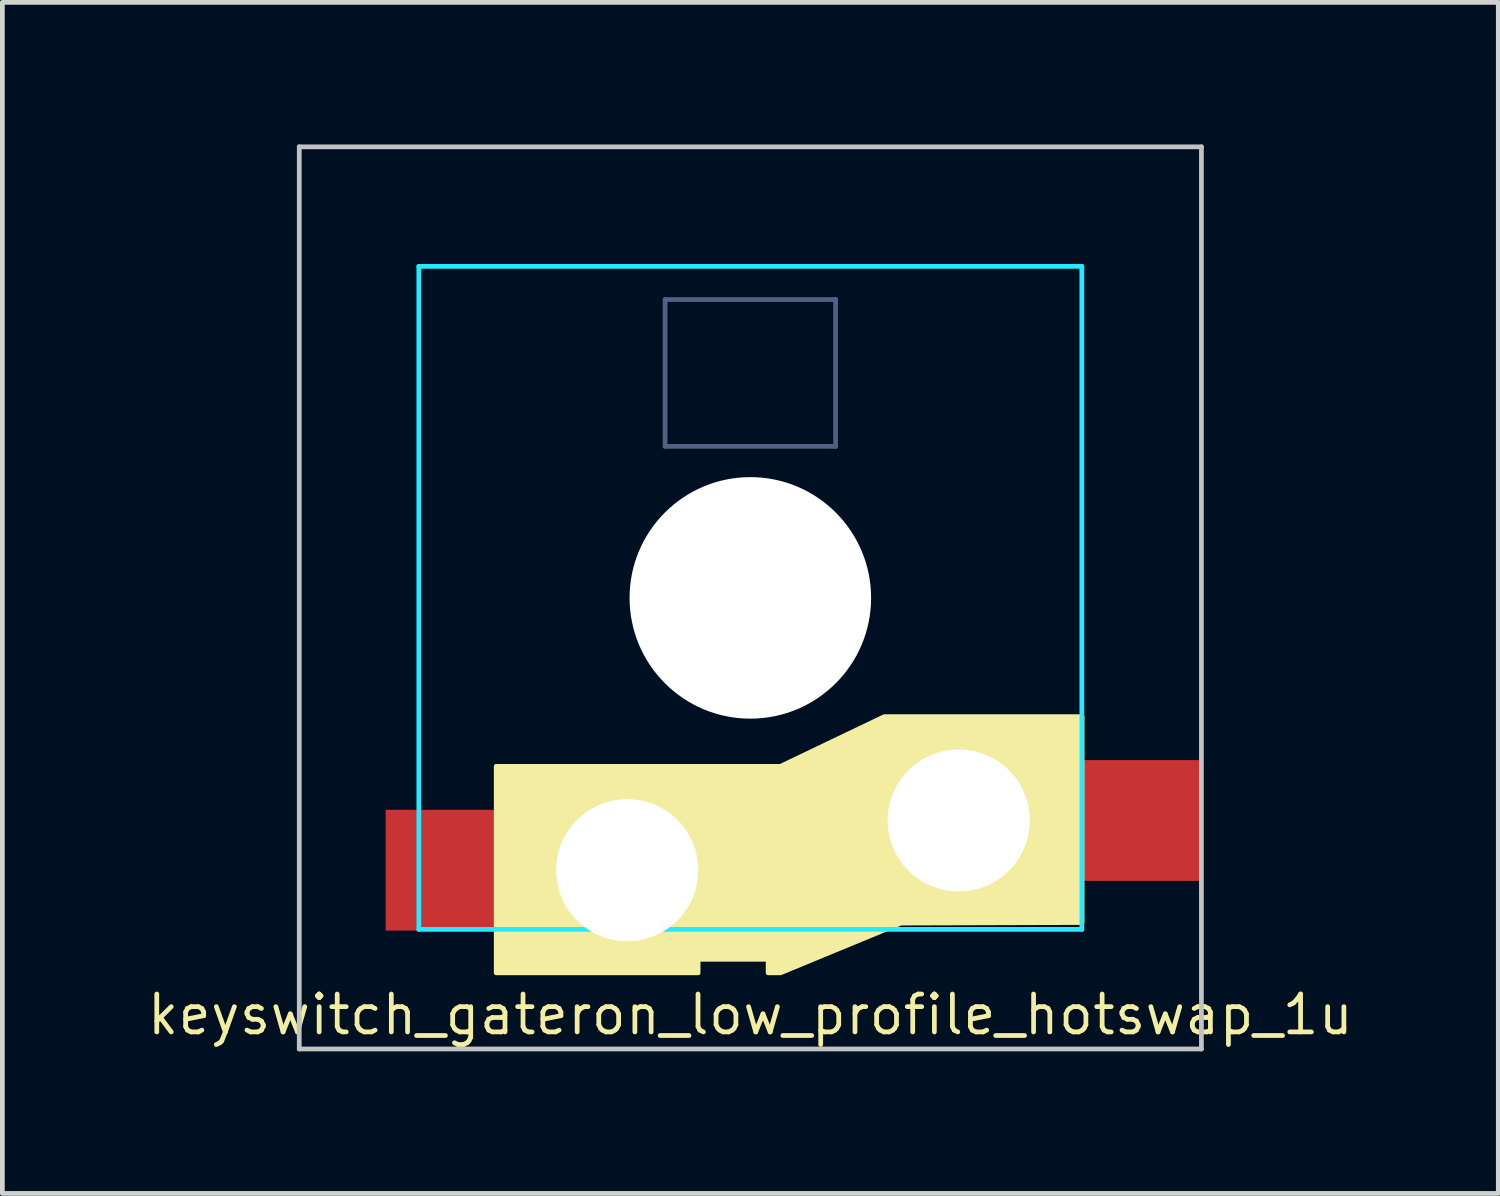
<source format=kicad_pcb>
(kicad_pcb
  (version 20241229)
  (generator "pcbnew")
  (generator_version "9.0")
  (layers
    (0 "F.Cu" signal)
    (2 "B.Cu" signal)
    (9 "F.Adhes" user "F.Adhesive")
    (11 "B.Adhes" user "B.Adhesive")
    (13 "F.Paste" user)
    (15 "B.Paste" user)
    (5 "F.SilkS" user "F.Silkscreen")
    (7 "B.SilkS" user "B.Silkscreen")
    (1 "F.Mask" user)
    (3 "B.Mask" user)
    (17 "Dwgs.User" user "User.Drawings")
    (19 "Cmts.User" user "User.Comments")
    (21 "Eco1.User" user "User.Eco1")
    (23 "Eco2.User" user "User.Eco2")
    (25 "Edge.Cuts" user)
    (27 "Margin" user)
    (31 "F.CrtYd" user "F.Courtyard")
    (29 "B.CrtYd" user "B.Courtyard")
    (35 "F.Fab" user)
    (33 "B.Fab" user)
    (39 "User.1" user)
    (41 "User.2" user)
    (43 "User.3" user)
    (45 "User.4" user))
  (footprint "keyswitch_gateron_low_profile_hotswap_1u"
    (layer "F.Cu")
    (at 12.794 9.575)
    (property "Reference" "keyswitch_gateron_low_profile_hotswap_1u" (at 0 8.8 0) (layer "F.SilkS") (effects (font (size 0.8 0.8) (thickness 0.1) (bold yes))))
    (attr smd)
    (fp_poly (pts (xy -5.366 3.557) (xy 0.637 3.557) (xy 2.83 2.507) (xy 7.004 2.507) (xy 7.004 6.855) (xy 3.178 6.867) (xy 0.637 7.917) (xy 0.376 7.917) (xy 0.376 7.632) (xy -1.103 7.632) (xy -1.103 7.917) (xy -5.366 7.917)) (stroke (width 0.1) (type solid)) (fill yes) (layer "F.SilkS"))
    (fp_line (start -9.525 -9.525) (end -9.525 9.525) (stroke (width 0.1) (type solid)) (layer "Dwgs.User"))
    (fp_line (start -9.525 9.525) (end 9.525 9.525) (stroke (width 0.1) (type solid)) (layer "Dwgs.User"))
    (fp_line (start 9.525 -9.525) (end -9.525 -9.525) (stroke (width 0.1) (type solid)) (layer "Dwgs.User"))
    (fp_line (start 9.525 9.525) (end 9.525 -9.525) (stroke (width 0.1) (type solid)) (layer "Dwgs.User"))
    (fp_line (start -7 -7) (end -7 7) (stroke (width 0.1) (type solid)) (layer "B.CrtYd"))
    (fp_line (start -7 7) (end 7 7) (stroke (width 0.1) (type solid)) (layer "B.CrtYd"))
    (fp_line (start 7 -7) (end -7 -7) (stroke (width 0.1) (type solid)) (layer "B.CrtYd"))
    (fp_line (start 7 7) (end 7 -7) (stroke (width 0.1) (type solid)) (layer "B.CrtYd"))
    (fp_line (start -1.8 -6.3) (end 1.8 -6.3) (stroke (width 0.1) (type default)) (layer "B.Fab"))
    (fp_line (start -1.8 -3.2) (end -1.8 -6.3) (stroke (width 0.1) (type default)) (layer "B.Fab"))
    (fp_line (start -1.8 -3.2) (end 1.8 -3.2) (stroke (width 0.1) (type default)) (layer "B.Fab"))
    (fp_line (start 1.8 -3.2) (end 1.8 -6.3) (stroke (width 0.1) (type default)) (layer "B.Fab"))
    (pad "" np_thru_hole circle (at -2.6 5.75 90) (size 3 3) (drill 3) (layers "*.Cu" "*.Mask"))
    (pad "" np_thru_hole circle (at 0 0 90) (size 5.1 5.1) (drill 5.1) (layers "*.Cu" "*.Mask"))
    (pad "" np_thru_hole circle (at 4.4 4.7 90) (size 3 3) (drill 3) (layers "*.Cu" "*.Mask"))
    (pad "1" smd rect (at 8.25 4.7 180) (size 2.5 2.55) (layers "F.Cu" "F.Mask" "F.Paste"))
    (pad "2" smd rect (at -6.45 5.75 180) (size 2.5 2.55) (layers "F.Cu" "F.Mask" "F.Paste")))
  (gr_rect
    (start -3 -3)
    (end 28.588 22.15)
    (stroke (width 0.1) (type default))
    (fill no)
    (layer "Edge.Cuts")))
</source>
